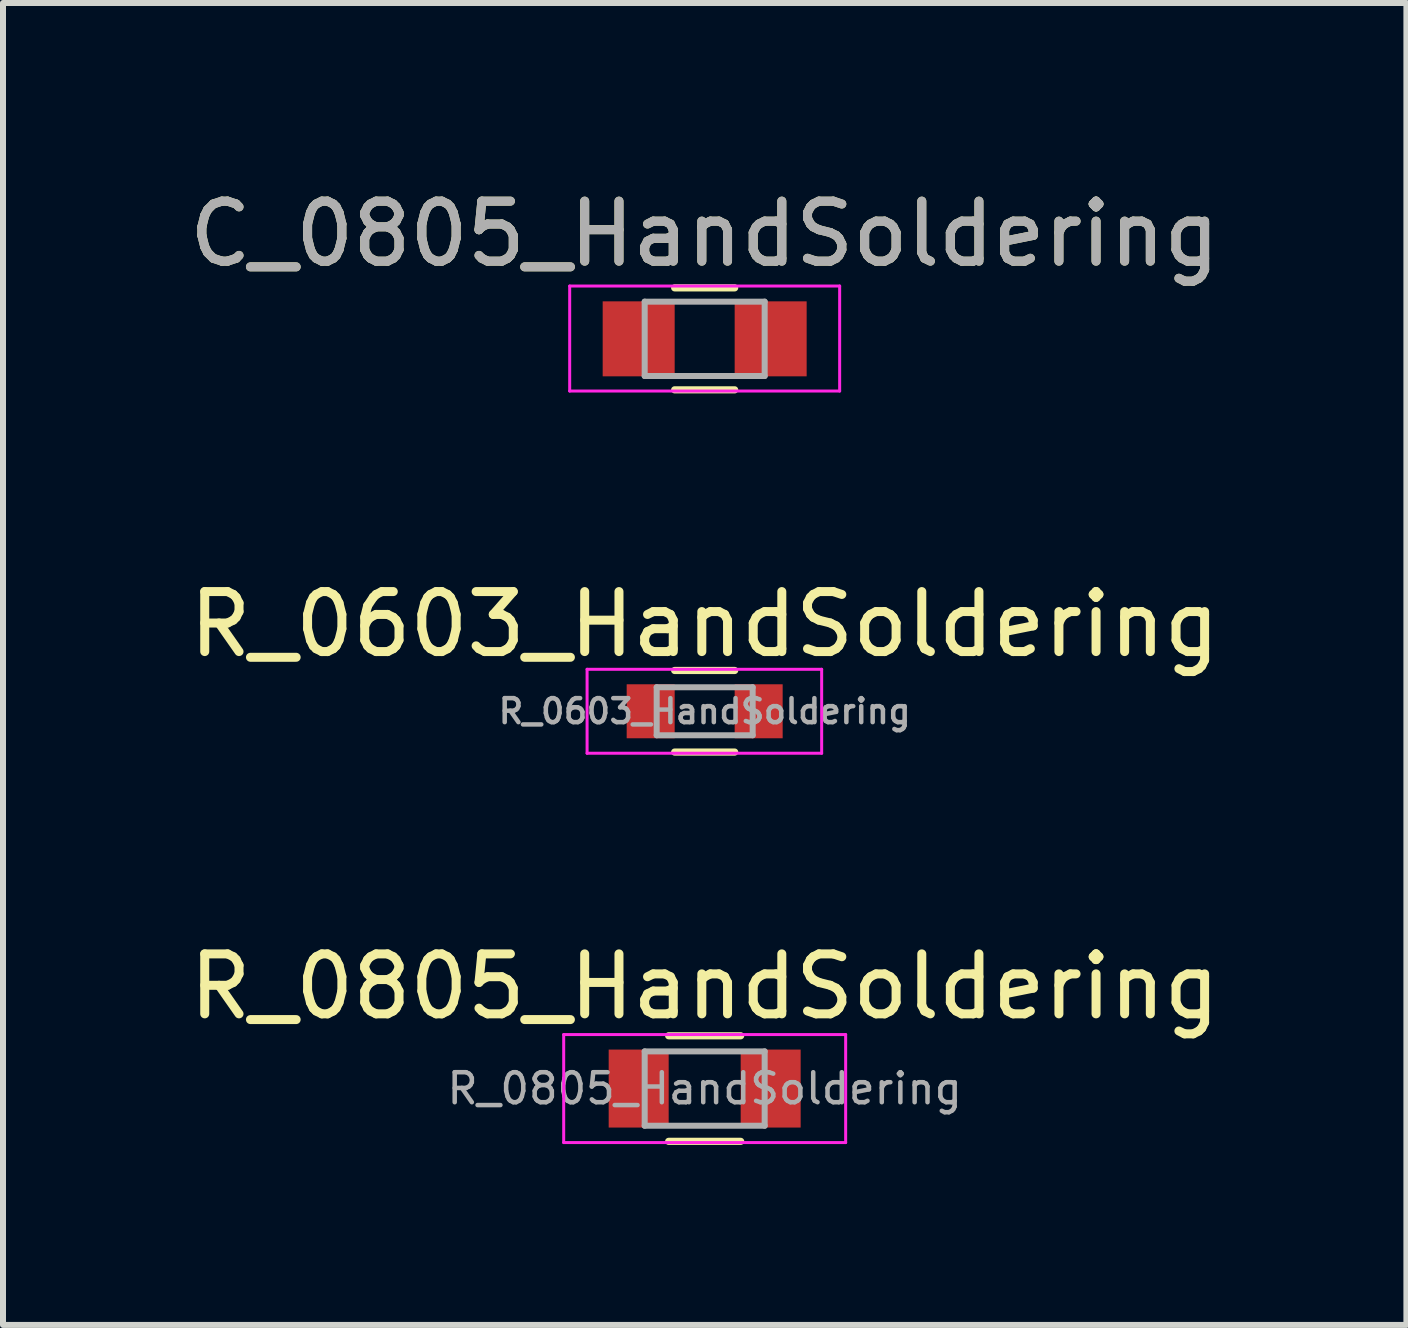
<source format=kicad_pcb>
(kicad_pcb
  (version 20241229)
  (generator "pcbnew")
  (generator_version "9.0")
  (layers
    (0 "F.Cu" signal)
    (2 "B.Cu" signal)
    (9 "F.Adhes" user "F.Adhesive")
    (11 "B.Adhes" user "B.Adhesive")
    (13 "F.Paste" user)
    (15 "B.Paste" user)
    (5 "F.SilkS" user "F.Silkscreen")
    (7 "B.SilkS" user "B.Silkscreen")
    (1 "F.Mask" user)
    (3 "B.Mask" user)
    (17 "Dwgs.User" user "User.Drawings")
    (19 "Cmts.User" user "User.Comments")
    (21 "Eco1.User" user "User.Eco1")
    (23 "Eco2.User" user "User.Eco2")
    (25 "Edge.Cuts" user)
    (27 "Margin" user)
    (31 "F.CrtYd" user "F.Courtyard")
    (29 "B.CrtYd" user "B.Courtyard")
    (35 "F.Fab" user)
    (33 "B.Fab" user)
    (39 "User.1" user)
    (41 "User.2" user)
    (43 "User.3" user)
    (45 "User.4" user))
  (footprint "R_0603_HandSoldering"
    (layer "F.Cu")
    (at 8.696 8.806)
    (property "Reference" "R_0603_HandSoldering" (at 0 -1.45 0) (layer "F.SilkS") (effects (font (size 1 1) (thickness 0.15))))
    (attr smd)
    (fp_line (start -0.5 -0.68) (end 0.5 -0.68) (stroke (width 0.12) (type solid)) (layer "F.SilkS"))
    (fp_line (start 0.5 0.68) (end -0.5 0.68) (stroke (width 0.12) (type solid)) (layer "F.SilkS"))
    (fp_line (start -1.96 -0.7) (end -1.96 0.7) (stroke (width 0.05) (type solid)) (layer "F.CrtYd"))
    (fp_line (start -1.96 -0.7) (end 1.95 -0.7) (stroke (width 0.05) (type solid)) (layer "F.CrtYd"))
    (fp_line (start 1.95 0.7) (end -1.96 0.7) (stroke (width 0.05) (type solid)) (layer "F.CrtYd"))
    (fp_line (start 1.95 0.7) (end 1.95 -0.7) (stroke (width 0.05) (type solid)) (layer "F.CrtYd"))
    (fp_line (start -0.8 -0.4) (end 0.8 -0.4) (stroke (width 0.1) (type solid)) (layer "F.Fab"))
    (fp_line (start -0.8 0.4) (end -0.8 -0.4) (stroke (width 0.1) (type solid)) (layer "F.Fab"))
    (fp_line (start 0.8 -0.4) (end 0.8 0.4) (stroke (width 0.1) (type solid)) (layer "F.Fab"))
    (fp_line (start 0.8 0.4) (end -0.8 0.4) (stroke (width 0.1) (type solid)) (layer "F.Fab"))
    (fp_text user "${REFERENCE}" (at 0 0 0) (layer "F.Fab") (effects (font (size 0.4 0.4) (thickness 0.075))))
    (pad "1" smd rect (at -0.9 0) (size 0.8 0.9) (layers "F.Cu" "F.Mask" "F.Paste"))
    (pad "2" smd rect (at 0.9 0) (size 0.8 0.9) (layers "F.Cu" "F.Mask" "F.Paste")))
  (footprint "C_0805_HandSoldering"
    (layer "F.Cu")
    (at 8.696 2.598)
    (property "Reference" "C_0805_HandSoldering" (at 0 -1.75 0) (layer "F.SilkS") (effects (font (size 1 1) (thickness 0.15))))
    (attr smd)
    (fp_line (start -0.5 0.85) (end 0.5 0.85) (stroke (width 0.12) (type solid)) (layer "F.SilkS"))
    (fp_line (start 0.5 -0.85) (end -0.5 -0.85) (stroke (width 0.12) (type solid)) (layer "F.SilkS"))
    (fp_line (start -2.25 -0.88) (end -2.25 0.87) (stroke (width 0.05) (type solid)) (layer "F.CrtYd"))
    (fp_line (start -2.25 -0.88) (end 2.25 -0.88) (stroke (width 0.05) (type solid)) (layer "F.CrtYd"))
    (fp_line (start 2.25 0.87) (end -2.25 0.87) (stroke (width 0.05) (type solid)) (layer "F.CrtYd"))
    (fp_line (start 2.25 0.87) (end 2.25 -0.88) (stroke (width 0.05) (type solid)) (layer "F.CrtYd"))
    (fp_line (start -1 -0.62) (end 1 -0.62) (stroke (width 0.1) (type solid)) (layer "F.Fab"))
    (fp_line (start -1 0.62) (end -1 -0.62) (stroke (width 0.1) (type solid)) (layer "F.Fab"))
    (fp_line (start 1 -0.62) (end 1 0.62) (stroke (width 0.1) (type solid)) (layer "F.Fab"))
    (fp_line (start 1 0.62) (end -1 0.62) (stroke (width 0.1) (type solid)) (layer "F.Fab"))
    (fp_text user "${REFERENCE}" (at 0 -1.75 0) (layer "F.Fab") (effects (font (size 1 1) (thickness 0.15))))
    (pad "1" smd rect (at -1.1 0) (size 1.2 1.25) (layers "F.Cu" "F.Mask" "F.Paste"))
    (pad "2" smd rect (at 1.1 0) (size 1.2 1.25) (layers "F.Cu" "F.Mask" "F.Paste")))
  (footprint "R_0805_HandSoldering"
    (layer "F.Cu")
    (at 8.696 15.095)
    (property "Reference" "R_0805_HandSoldering" (at 0 -1.7 0) (layer "F.SilkS") (effects (font (size 1 1) (thickness 0.15))))
    (attr smd)
    (fp_line (start -0.6 -0.88) (end 0.6 -0.88) (stroke (width 0.12) (type solid)) (layer "F.SilkS"))
    (fp_line (start 0.6 0.88) (end -0.6 0.88) (stroke (width 0.12) (type solid)) (layer "F.SilkS"))
    (fp_line (start -2.35 -0.9) (end -2.35 0.9) (stroke (width 0.05) (type solid)) (layer "F.CrtYd"))
    (fp_line (start -2.35 -0.9) (end 2.35 -0.9) (stroke (width 0.05) (type solid)) (layer "F.CrtYd"))
    (fp_line (start 2.35 0.9) (end -2.35 0.9) (stroke (width 0.05) (type solid)) (layer "F.CrtYd"))
    (fp_line (start 2.35 0.9) (end 2.35 -0.9) (stroke (width 0.05) (type solid)) (layer "F.CrtYd"))
    (fp_line (start -1 -0.62) (end 1 -0.62) (stroke (width 0.1) (type solid)) (layer "F.Fab"))
    (fp_line (start -1 0.62) (end -1 -0.62) (stroke (width 0.1) (type solid)) (layer "F.Fab"))
    (fp_line (start 1 -0.62) (end 1 0.62) (stroke (width 0.1) (type solid)) (layer "F.Fab"))
    (fp_line (start 1 0.62) (end -1 0.62) (stroke (width 0.1) (type solid)) (layer "F.Fab"))
    (fp_text user "${REFERENCE}" (at 0 0 0) (layer "F.Fab") (effects (font (size 0.5 0.5) (thickness 0.075))))
    (pad "1" smd rect (at -1.1 0) (size 1 1.3) (layers "F.Cu" "F.Mask" "F.Paste"))
    (pad "2" smd rect (at 1.1 0) (size 1 1.3) (layers "F.Cu" "F.Mask" "F.Paste")))
  (gr_rect
    (start -3 -3)
    (end 20.393 19.035)
    (stroke (width 0.1) (type default))
    (fill no)
    (layer "Edge.Cuts")))
</source>
